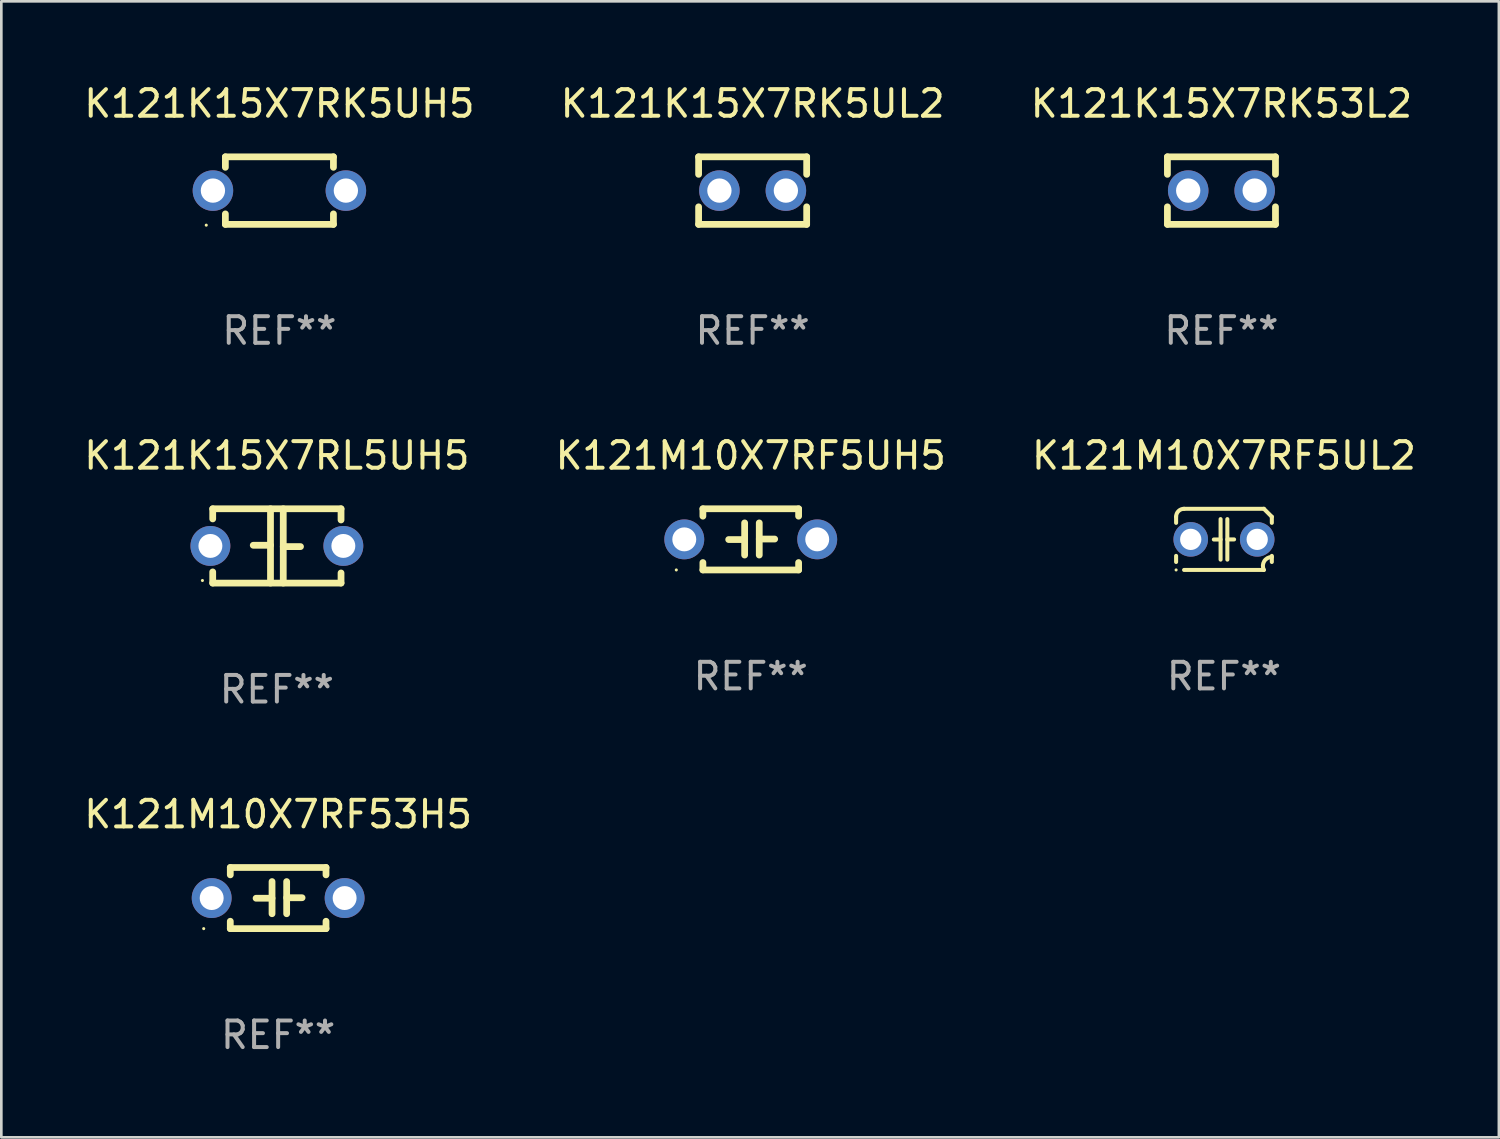
<source format=kicad_pcb>
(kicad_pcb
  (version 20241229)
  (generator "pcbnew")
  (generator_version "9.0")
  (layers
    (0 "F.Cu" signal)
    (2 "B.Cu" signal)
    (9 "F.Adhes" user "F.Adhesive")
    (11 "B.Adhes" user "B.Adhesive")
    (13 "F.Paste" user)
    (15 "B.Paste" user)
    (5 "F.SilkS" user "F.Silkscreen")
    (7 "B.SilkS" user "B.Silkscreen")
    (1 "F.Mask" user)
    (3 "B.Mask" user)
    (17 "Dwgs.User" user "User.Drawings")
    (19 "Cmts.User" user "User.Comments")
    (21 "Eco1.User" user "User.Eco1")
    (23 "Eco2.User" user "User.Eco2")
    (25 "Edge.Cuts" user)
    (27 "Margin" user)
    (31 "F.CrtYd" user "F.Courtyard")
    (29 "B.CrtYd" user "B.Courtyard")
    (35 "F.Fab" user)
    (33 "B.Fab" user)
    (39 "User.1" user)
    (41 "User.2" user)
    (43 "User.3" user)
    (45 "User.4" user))
  (footprint "K121M10X7RF5UL2"
    (layer "F.Cu")
    (at 42.982 17.235)
    (property "Reference" "K121M10X7RF5UL2" (at 0 -3.15 0) (layer "F.SilkS") (effects (font (size 1 1) (thickness 0.15))))
    (attr through_hole)
    (fp_line (start -1.8 -0.621) (end -1.8 -0.85) (stroke (width 0.152) (type solid)) (layer "F.SilkS"))
    (fp_line (start -1.8 0.85) (end -1.8 0.621) (stroke (width 0.152) (type solid)) (layer "F.SilkS"))
    (fp_line (start -1.5 -1.15) (end 1.5 -1.15) (stroke (width 0.152) (type solid)) (layer "F.SilkS"))
    (fp_line (start -0.127 -0.762) (end -0.127 0.762) (stroke (width 0.152) (type solid)) (layer "F.SilkS"))
    (fp_line (start -0.127 0.005) (end -0.381 0.005) (stroke (width 0.152) (type solid)) (layer "F.SilkS"))
    (fp_line (start 0.127 -0.762) (end 0.127 0.762) (stroke (width 0.152) (type solid)) (layer "F.SilkS"))
    (fp_line (start 0.127 0.002) (end 0.381 0.002) (stroke (width 0.152) (type solid)) (layer "F.SilkS"))
    (fp_line (start 1.5 1.15) (end -1.5 1.15) (stroke (width 0.152) (type solid)) (layer "F.SilkS"))
    (fp_line (start 1.8 -0.85) (end 1.8 -0.621) (stroke (width 0.152) (type solid)) (layer "F.SilkS"))
    (fp_line (start 1.8 0.621) (end 1.8 0.85) (stroke (width 0.152) (type solid)) (layer "F.SilkS"))
    (fp_arc (start -1.799975 -0.849987) (mid -1.712107 -1.062119) (end -1.499975 -1.149987) (stroke (width 0.151994) (type solid)) (layer "F.SilkS"))
    (fp_arc (start 1.499975 1.149987) (mid 1.513726 0.822359) (end 1.799975 0.662387) (stroke (width 0.151994) (type solid)) (layer "F.SilkS"))
    (fp_arc (start 1.500001 -1.149986) (mid 1.650015 -1.000001) (end 1.8 -0.849987) (stroke (width 0.151994) (type solid)) (layer "F.SilkS"))
    (fp_circle (center -1.8 1.15) (end -1.77 1.15) (stroke (width 0.06) (type solid)) (fill no) (layer "F.SilkS"))
    (fp_text user "REF**" (at 0 5.15 0) (layer "F.Fab") (effects (font (size 1 1) (thickness 0.15))))
    (pad "1" thru_hole circle (at -1.25 0) (size 1.3 1.3) (drill 0.8) (layers "*.Cu" "*.Mask"))
    (pad "2" thru_hole circle (at 1.25 0) (size 1.3 1.3) (drill 0.8) (layers "*.Cu" "*.Mask")))
  (footprint "K121K15X7RK53L2"
    (layer "F.Cu")
    (at 42.887 4.118)
    (property "Reference" "K121K15X7RK53L2" (at 0 -3.27 0) (layer "F.SilkS") (effects (font (size 1 1) (thickness 0.15))))
    (attr through_hole)
    (fp_line (start -2.032 -1.27) (end -2.032 -0.611) (stroke (width 0.254) (type solid)) (layer "F.SilkS"))
    (fp_line (start -2.032 0.611) (end -2.032 1.27) (stroke (width 0.254) (type solid)) (layer "F.SilkS"))
    (fp_line (start -2.032 1.27) (end 2.032 1.27) (stroke (width 0.254) (type solid)) (layer "F.SilkS"))
    (fp_line (start 2.032 -1.27) (end -2.032 -1.27) (stroke (width 0.254) (type solid)) (layer "F.SilkS"))
    (fp_line (start 2.032 -0.611) (end 2.032 -1.27) (stroke (width 0.254) (type solid)) (layer "F.SilkS"))
    (fp_line (start 2.032 1.27) (end 2.032 0.611) (stroke (width 0.254) (type solid)) (layer "F.SilkS"))
    (fp_circle (center -2 1.3) (end -1.97 1.3) (stroke (width 0.06) (type solid)) (fill no) (layer "F.SilkS"))
    (fp_text user "REF**" (at 0 5.27 0) (layer "F.Fab") (effects (font (size 1 1) (thickness 0.15))))
    (pad "1" thru_hole circle (at -1.25 0) (size 1.524 1.524) (drill 0.914) (layers "*.Cu" "*.Mask"))
    (pad "2" thru_hole circle (at 1.25 0) (size 1.524 1.524) (drill 0.914) (layers "*.Cu" "*.Mask")))
  (footprint "K121K15X7RK5UH5"
    (layer "F.Cu")
    (at 7.458 4.118)
    (property "Reference" "K121K15X7RK5UH5" (at 0 -3.27 0) (layer "F.SilkS") (effects (font (size 1 1) (thickness 0.15))))
    (attr through_hole)
    (fp_line (start -2.032 -1.27) (end -2.032 -0.876) (stroke (width 0.254) (type solid)) (layer "F.SilkS"))
    (fp_line (start -2.032 0.876) (end -2.032 1.27) (stroke (width 0.254) (type solid)) (layer "F.SilkS"))
    (fp_line (start -2.032 1.27) (end 2.032 1.27) (stroke (width 0.254) (type solid)) (layer "F.SilkS"))
    (fp_line (start 2.032 -1.27) (end -2.032 -1.27) (stroke (width 0.254) (type solid)) (layer "F.SilkS"))
    (fp_line (start 2.032 -0.876) (end 2.032 -1.27) (stroke (width 0.254) (type solid)) (layer "F.SilkS"))
    (fp_line (start 2.032 1.27) (end 2.032 0.876) (stroke (width 0.254) (type solid)) (layer "F.SilkS"))
    (fp_circle (center -2.751 1.3) (end -2.721 1.3) (stroke (width 0.06) (type solid)) (fill no) (layer "F.SilkS"))
    (fp_text user "REF**" (at 0 5.27 0) (layer "F.Fab") (effects (font (size 1 1) (thickness 0.15))))
    (pad "1" thru_hole circle (at -2.5 0) (size 1.524 1.524) (drill 0.914) (layers "*.Cu" "*.Mask"))
    (pad "2" thru_hole circle (at 2.5 0) (size 1.524 1.524) (drill 0.914) (layers "*.Cu" "*.Mask")))
  (footprint "K121M10X7RF53H5"
    (layer "F.Cu")
    (at 7.411 30.725)
    (property "Reference" "K121M10X7RF53H5" (at 0 -3.15 0) (layer "F.SilkS") (effects (font (size 1 1) (thickness 0.15))))
    (attr through_hole)
    (fp_line (start -1.8 -1.15) (end -1.8 -0.872) (stroke (width 0.254) (type solid)) (layer "F.SilkS"))
    (fp_line (start -1.8 -1.15) (end 1.8 -1.15) (stroke (width 0.254) (type solid)) (layer "F.SilkS"))
    (fp_line (start -1.8 0.872) (end -1.8 1.15) (stroke (width 0.254) (type solid)) (layer "F.SilkS"))
    (fp_line (start -1.8 1.15) (end 1.8 1.15) (stroke (width 0.254) (type solid)) (layer "F.SilkS"))
    (fp_line (start -0.23 -0.62) (end -0.23 0.59) (stroke (width 0.254) (type solid)) (layer "F.SilkS"))
    (fp_line (start -0.23 0.007) (end -0.83 0.007) (stroke (width 0.254) (type solid)) (layer "F.SilkS"))
    (fp_line (start 0.32 -0.62) (end 0.32 0.59) (stroke (width 0.254) (type solid)) (layer "F.SilkS"))
    (fp_line (start 0.32 -0.012) (end 0.9 -0.012) (stroke (width 0.254) (type solid)) (layer "F.SilkS"))
    (fp_line (start 1.8 -1.15) (end 1.8 -0.872) (stroke (width 0.254) (type solid)) (layer "F.SilkS"))
    (fp_line (start 1.8 0.872) (end 1.8 1.15) (stroke (width 0.254) (type solid)) (layer "F.SilkS"))
    (fp_circle (center -2.8 1.15) (end -2.77 1.15) (stroke (width 0.06) (type solid)) (fill no) (layer "F.SilkS"))
    (fp_text user "REF**" (at 0 5.15 0) (layer "F.Fab") (effects (font (size 1 1) (thickness 0.15))))
    (pad "1" thru_hole circle (at -2.5 0) (size 1.5 1.5) (drill 0.9) (layers "*.Cu" "*.Mask"))
    (pad "2" thru_hole circle (at 2.5 0) (size 1.5 1.5) (drill 0.9) (layers "*.Cu" "*.Mask")))
  (footprint "K121K15X7RL5UH5"
    (layer "F.Cu")
    (at 7.363 17.482)
    (property "Reference" "K121K15X7RL5UH5" (at 0 -3.397 0) (layer "F.SilkS") (effects (font (size 1 1) (thickness 0.15))))
    (attr through_hole)
    (fp_line (start -2.413 -1.397) (end 2.413 -1.397) (stroke (width 0.254) (type solid)) (layer "F.SilkS"))
    (fp_line (start -2.413 -1.016) (end -2.413 -1.397) (stroke (width 0.254) (type solid)) (layer "F.SilkS"))
    (fp_line (start -2.413 0.977) (end -2.413 1.397) (stroke (width 0.254) (type solid)) (layer "F.SilkS"))
    (fp_line (start -0.24 -0.025) (end -0.889 -0.025) (stroke (width 0.254) (type solid)) (layer "F.SilkS"))
    (fp_line (start -0.24 1.397) (end -0.24 -1.397) (stroke (width 0.254) (type solid)) (layer "F.SilkS"))
    (fp_line (start 0.24 -1.397) (end 0.24 1.397) (stroke (width 0.254) (type solid)) (layer "F.SilkS"))
    (fp_line (start 0.24 0.025) (end 0.889 0.025) (stroke (width 0.254) (type solid)) (layer "F.SilkS"))
    (fp_line (start 2.413 -0.977) (end 2.413 -1.397) (stroke (width 0.254) (type solid)) (layer "F.SilkS"))
    (fp_line (start 2.413 1.016) (end 2.413 1.397) (stroke (width 0.254) (type solid)) (layer "F.SilkS"))
    (fp_line (start 2.413 1.397) (end -2.413 1.397) (stroke (width 0.254) (type solid)) (layer "F.SilkS"))
    (fp_circle (center -2.8 1.3) (end -2.77 1.3) (stroke (width 0.06) (type solid)) (fill no) (layer "F.SilkS"))
    (fp_text user "REF**" (at 0 5.397 0) (layer "F.Fab") (effects (font (size 1 1) (thickness 0.15))))
    (pad "1" thru_hole circle (at -2.5 0) (size 1.5 1.5) (drill 0.9) (layers "*.Cu" "*.Mask"))
    (pad "2" thru_hole circle (at 2.5 0) (size 1.5 1.5) (drill 0.9) (layers "*.Cu" "*.Mask")))
  (footprint "K121K15X7RK5UL2"
    (layer "F.Cu")
    (at 25.256 4.118)
    (property "Reference" "K121K15X7RK5UL2" (at 0 -3.27 0) (layer "F.SilkS") (effects (font (size 1 1) (thickness 0.15))))
    (attr through_hole)
    (fp_line (start -2.032 -1.27) (end -2.032 -0.611) (stroke (width 0.254) (type solid)) (layer "F.SilkS"))
    (fp_line (start -2.032 0.611) (end -2.032 1.27) (stroke (width 0.254) (type solid)) (layer "F.SilkS"))
    (fp_line (start -2.032 1.27) (end 2.032 1.27) (stroke (width 0.254) (type solid)) (layer "F.SilkS"))
    (fp_line (start 2.032 -1.27) (end -2.032 -1.27) (stroke (width 0.254) (type solid)) (layer "F.SilkS"))
    (fp_line (start 2.032 -0.611) (end 2.032 -1.27) (stroke (width 0.254) (type solid)) (layer "F.SilkS"))
    (fp_line (start 2.032 1.27) (end 2.032 0.611) (stroke (width 0.254) (type solid)) (layer "F.SilkS"))
    (fp_circle (center -2 1.3) (end -1.97 1.3) (stroke (width 0.06) (type solid)) (fill no) (layer "F.SilkS"))
    (fp_text user "REF**" (at 0 5.27 0) (layer "F.Fab") (effects (font (size 1 1) (thickness 0.15))))
    (pad "1" thru_hole circle (at -1.25 0) (size 1.524 1.524) (drill 0.914) (layers "*.Cu" "*.Mask"))
    (pad "2" thru_hole circle (at 1.25 0) (size 1.524 1.524) (drill 0.914) (layers "*.Cu" "*.Mask")))
  (footprint "K121M10X7RF5UH5"
    (layer "F.Cu")
    (at 25.185 17.235)
    (property "Reference" "K121M10X7RF5UH5" (at 0 -3.15 0) (layer "F.SilkS") (effects (font (size 1 1) (thickness 0.15))))
    (attr through_hole)
    (fp_line (start -1.8 -1.15) (end -1.8 -0.872) (stroke (width 0.254) (type solid)) (layer "F.SilkS"))
    (fp_line (start -1.8 -1.15) (end 1.8 -1.15) (stroke (width 0.254) (type solid)) (layer "F.SilkS"))
    (fp_line (start -1.8 0.872) (end -1.8 1.15) (stroke (width 0.254) (type solid)) (layer "F.SilkS"))
    (fp_line (start -1.8 1.15) (end 1.8 1.15) (stroke (width 0.254) (type solid)) (layer "F.SilkS"))
    (fp_line (start -0.23 -0.62) (end -0.23 0.59) (stroke (width 0.254) (type solid)) (layer "F.SilkS"))
    (fp_line (start -0.23 0.007) (end -0.83 0.007) (stroke (width 0.254) (type solid)) (layer "F.SilkS"))
    (fp_line (start 0.32 -0.62) (end 0.32 0.59) (stroke (width 0.254) (type solid)) (layer "F.SilkS"))
    (fp_line (start 0.32 -0.012) (end 0.9 -0.012) (stroke (width 0.254) (type solid)) (layer "F.SilkS"))
    (fp_line (start 1.8 -1.15) (end 1.8 -0.872) (stroke (width 0.254) (type solid)) (layer "F.SilkS"))
    (fp_line (start 1.8 0.872) (end 1.8 1.15) (stroke (width 0.254) (type solid)) (layer "F.SilkS"))
    (fp_circle (center -2.8 1.15) (end -2.77 1.15) (stroke (width 0.06) (type solid)) (fill no) (layer "F.SilkS"))
    (fp_text user "REF**" (at 0 5.15 0) (layer "F.Fab") (effects (font (size 1 1) (thickness 0.15))))
    (pad "1" thru_hole circle (at -2.5 0) (size 1.5 1.5) (drill 0.9) (layers "*.Cu" "*.Mask"))
    (pad "2" thru_hole circle (at 2.5 0) (size 1.5 1.5) (drill 0.9) (layers "*.Cu" "*.Mask")))
  (gr_rect
    (start -3 -3)
    (end 53.321 39.724)
    (stroke (width 0.1) (type default))
    (fill no)
    (layer "Edge.Cuts")))
</source>
